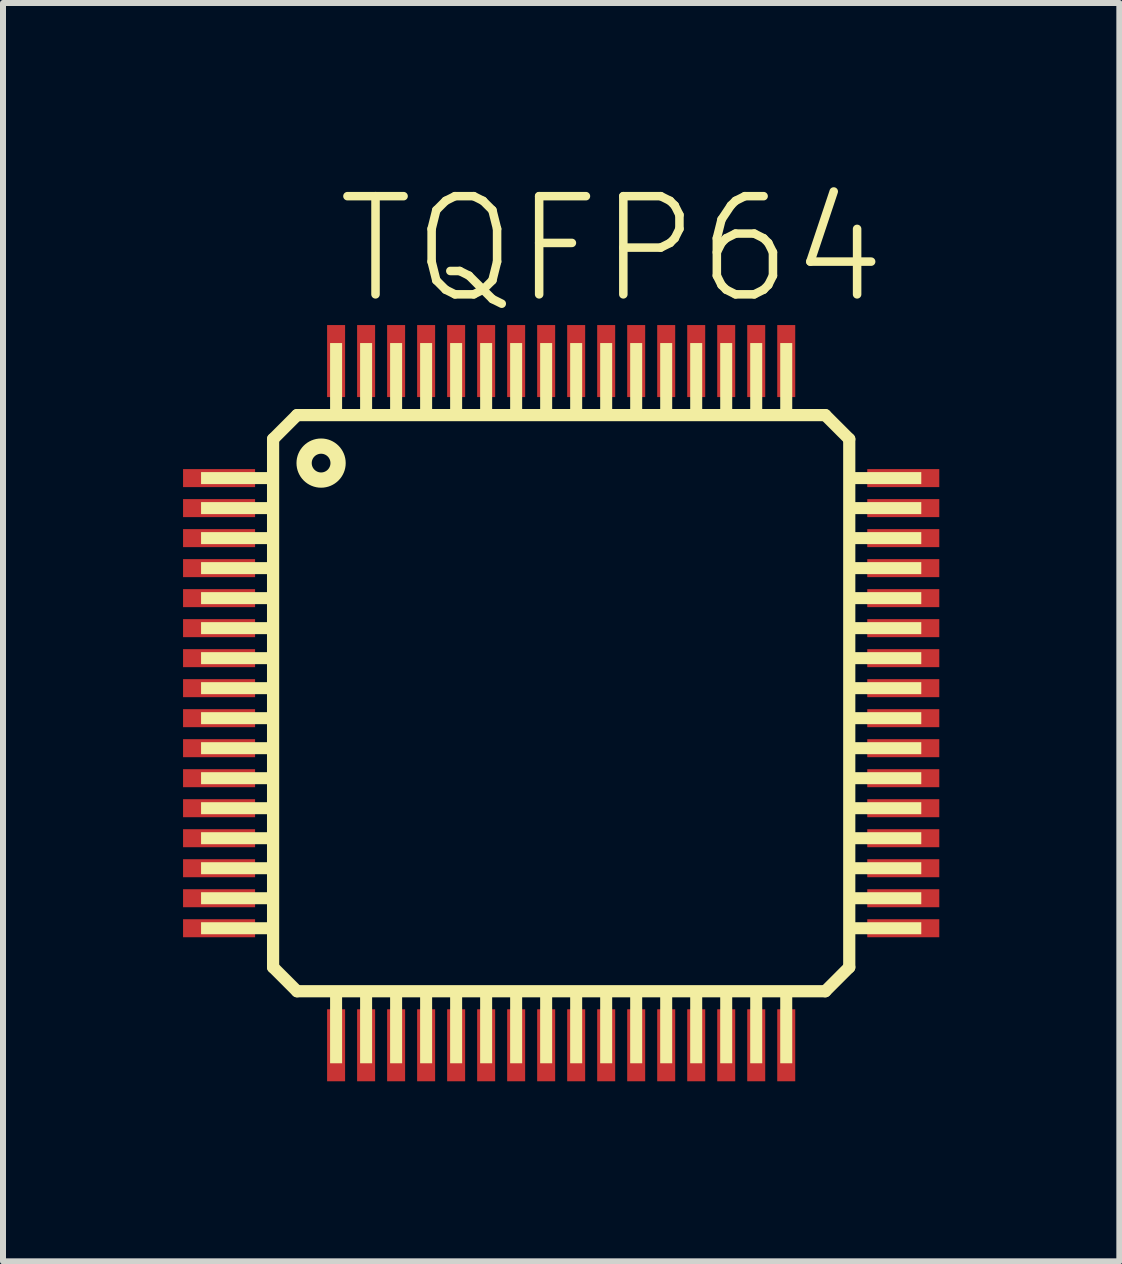
<source format=kicad_pcb>
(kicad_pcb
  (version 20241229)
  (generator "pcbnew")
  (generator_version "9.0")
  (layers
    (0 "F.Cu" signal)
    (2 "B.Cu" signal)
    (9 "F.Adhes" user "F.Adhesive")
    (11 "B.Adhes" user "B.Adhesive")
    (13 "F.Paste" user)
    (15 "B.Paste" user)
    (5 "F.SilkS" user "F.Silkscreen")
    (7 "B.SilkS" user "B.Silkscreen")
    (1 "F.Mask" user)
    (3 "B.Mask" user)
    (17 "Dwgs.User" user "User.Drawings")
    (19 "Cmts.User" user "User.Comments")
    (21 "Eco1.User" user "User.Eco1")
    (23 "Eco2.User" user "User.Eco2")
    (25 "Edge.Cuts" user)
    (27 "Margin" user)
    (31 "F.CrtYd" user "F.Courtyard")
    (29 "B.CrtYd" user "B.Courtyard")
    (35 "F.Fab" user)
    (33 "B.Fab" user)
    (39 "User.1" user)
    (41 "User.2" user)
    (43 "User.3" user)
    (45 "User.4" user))
  (footprint "TQFP64"
    (layer "F.Cu")
    (at 6.3 8.666)
    (property "Reference" "TQFP64" (at -3.81 -6.604 0) (layer "F.SilkS") (effects (font (size 1.636 1.636) (thickness 0.142)) (justify left bottom)))
    (fp_line (start -4.8 -4.4) (end -4.4 -4.8) (stroke (width 0.203) (type solid)) (layer "F.SilkS"))
    (fp_line (start -4.8 4.4) (end -4.8 -4.4) (stroke (width 0.203) (type solid)) (layer "F.SilkS"))
    (fp_line (start -4.4 -4.8) (end 4.4 -4.8) (stroke (width 0.203) (type solid)) (layer "F.SilkS"))
    (fp_line (start -4.4 4.8) (end -4.8 4.4) (stroke (width 0.203) (type solid)) (layer "F.SilkS"))
    (fp_line (start 4.4 -4.8) (end 4.8 -4.4) (stroke (width 0.203) (type solid)) (layer "F.SilkS"))
    (fp_line (start 4.4 4.8) (end -4.4 4.8) (stroke (width 0.203) (type solid)) (layer "F.SilkS"))
    (fp_line (start 4.8 -4.4) (end 4.8 4.4) (stroke (width 0.203) (type solid)) (layer "F.SilkS"))
    (fp_line (start 4.8 4.4) (end 4.4 4.8) (stroke (width 0.203) (type solid)) (layer "F.SilkS"))
    (fp_circle (center -4 -4) (end -3.717 -4) (stroke (width 0.254) (type solid)) (fill no) (layer "F.SilkS"))
    (fp_poly (pts (xy -6 -3.65) (xy -4.8 -3.65) (xy -4.8 -3.85) (xy -6 -3.85)) (stroke (width 0) (type default)) (fill yes) (layer "F.SilkS"))
    (fp_poly (pts (xy -6 -3.15) (xy -4.8 -3.15) (xy -4.8 -3.35) (xy -6 -3.35)) (stroke (width 0) (type default)) (fill yes) (layer "F.SilkS"))
    (fp_poly (pts (xy -6 -2.65) (xy -4.8 -2.65) (xy -4.8 -2.85) (xy -6 -2.85)) (stroke (width 0) (type default)) (fill yes) (layer "F.SilkS"))
    (fp_poly (pts (xy -6 -2.15) (xy -4.8 -2.15) (xy -4.8 -2.35) (xy -6 -2.35)) (stroke (width 0) (type default)) (fill yes) (layer "F.SilkS"))
    (fp_poly (pts (xy -6 -1.65) (xy -4.8 -1.65) (xy -4.8 -1.85) (xy -6 -1.85)) (stroke (width 0) (type default)) (fill yes) (layer "F.SilkS"))
    (fp_poly (pts (xy -6 -1.15) (xy -4.8 -1.15) (xy -4.8 -1.35) (xy -6 -1.35)) (stroke (width 0) (type default)) (fill yes) (layer "F.SilkS"))
    (fp_poly (pts (xy -6 -0.65) (xy -4.8 -0.65) (xy -4.8 -0.85) (xy -6 -0.85)) (stroke (width 0) (type default)) (fill yes) (layer "F.SilkS"))
    (fp_poly (pts (xy -6 -0.15) (xy -4.8 -0.15) (xy -4.8 -0.35) (xy -6 -0.35)) (stroke (width 0) (type default)) (fill yes) (layer "F.SilkS"))
    (fp_poly (pts (xy -6 0.35) (xy -4.8 0.35) (xy -4.8 0.15) (xy -6 0.15)) (stroke (width 0) (type default)) (fill yes) (layer "F.SilkS"))
    (fp_poly (pts (xy -6 0.85) (xy -4.8 0.85) (xy -4.8 0.65) (xy -6 0.65)) (stroke (width 0) (type default)) (fill yes) (layer "F.SilkS"))
    (fp_poly (pts (xy -6 1.35) (xy -4.8 1.35) (xy -4.8 1.15) (xy -6 1.15)) (stroke (width 0) (type default)) (fill yes) (layer "F.SilkS"))
    (fp_poly (pts (xy -6 1.85) (xy -4.8 1.85) (xy -4.8 1.65) (xy -6 1.65)) (stroke (width 0) (type default)) (fill yes) (layer "F.SilkS"))
    (fp_poly (pts (xy -6 2.35) (xy -4.8 2.35) (xy -4.8 2.15) (xy -6 2.15)) (stroke (width 0) (type default)) (fill yes) (layer "F.SilkS"))
    (fp_poly (pts (xy -6 2.85) (xy -4.8 2.85) (xy -4.8 2.65) (xy -6 2.65)) (stroke (width 0) (type default)) (fill yes) (layer "F.SilkS"))
    (fp_poly (pts (xy -6 3.35) (xy -4.8 3.35) (xy -4.8 3.15) (xy -6 3.15)) (stroke (width 0) (type default)) (fill yes) (layer "F.SilkS"))
    (fp_poly (pts (xy -6 3.85) (xy -4.8 3.85) (xy -4.8 3.65) (xy -6 3.65)) (stroke (width 0) (type default)) (fill yes) (layer "F.SilkS"))
    (fp_poly (pts (xy -3.85 -4.8) (xy -3.65 -4.8) (xy -3.65 -6) (xy -3.85 -6)) (stroke (width 0) (type default)) (fill yes) (layer "F.SilkS"))
    (fp_poly (pts (xy -3.85 6) (xy -3.65 6) (xy -3.65 4.8) (xy -3.85 4.8)) (stroke (width 0) (type default)) (fill yes) (layer "F.SilkS"))
    (fp_poly (pts (xy -3.35 -4.8) (xy -3.15 -4.8) (xy -3.15 -6) (xy -3.35 -6)) (stroke (width 0) (type default)) (fill yes) (layer "F.SilkS"))
    (fp_poly (pts (xy -3.35 6) (xy -3.15 6) (xy -3.15 4.8) (xy -3.35 4.8)) (stroke (width 0) (type default)) (fill yes) (layer "F.SilkS"))
    (fp_poly (pts (xy -2.85 -4.8) (xy -2.65 -4.8) (xy -2.65 -6) (xy -2.85 -6)) (stroke (width 0) (type default)) (fill yes) (layer "F.SilkS"))
    (fp_poly (pts (xy -2.85 6) (xy -2.65 6) (xy -2.65 4.8) (xy -2.85 4.8)) (stroke (width 0) (type default)) (fill yes) (layer "F.SilkS"))
    (fp_poly (pts (xy -2.35 -4.8) (xy -2.15 -4.8) (xy -2.15 -6) (xy -2.35 -6)) (stroke (width 0) (type default)) (fill yes) (layer "F.SilkS"))
    (fp_poly (pts (xy -2.35 6) (xy -2.15 6) (xy -2.15 4.8) (xy -2.35 4.8)) (stroke (width 0) (type default)) (fill yes) (layer "F.SilkS"))
    (fp_poly (pts (xy -1.85 -4.8) (xy -1.65 -4.8) (xy -1.65 -6) (xy -1.85 -6)) (stroke (width 0) (type default)) (fill yes) (layer "F.SilkS"))
    (fp_poly (pts (xy -1.85 6) (xy -1.65 6) (xy -1.65 4.8) (xy -1.85 4.8)) (stroke (width 0) (type default)) (fill yes) (layer "F.SilkS"))
    (fp_poly (pts (xy -1.35 -4.8) (xy -1.15 -4.8) (xy -1.15 -6) (xy -1.35 -6)) (stroke (width 0) (type default)) (fill yes) (layer "F.SilkS"))
    (fp_poly (pts (xy -1.35 6) (xy -1.15 6) (xy -1.15 4.8) (xy -1.35 4.8)) (stroke (width 0) (type default)) (fill yes) (layer "F.SilkS"))
    (fp_poly (pts (xy -0.85 -4.8) (xy -0.65 -4.8) (xy -0.65 -6) (xy -0.85 -6)) (stroke (width 0) (type default)) (fill yes) (layer "F.SilkS"))
    (fp_poly (pts (xy -0.85 6) (xy -0.65 6) (xy -0.65 4.8) (xy -0.85 4.8)) (stroke (width 0) (type default)) (fill yes) (layer "F.SilkS"))
    (fp_poly (pts (xy -0.35 -4.8) (xy -0.15 -4.8) (xy -0.15 -6) (xy -0.35 -6)) (stroke (width 0) (type default)) (fill yes) (layer "F.SilkS"))
    (fp_poly (pts (xy -0.35 6) (xy -0.15 6) (xy -0.15 4.8) (xy -0.35 4.8)) (stroke (width 0) (type default)) (fill yes) (layer "F.SilkS"))
    (fp_poly (pts (xy 0.15 -4.8) (xy 0.35 -4.8) (xy 0.35 -6) (xy 0.15 -6)) (stroke (width 0) (type default)) (fill yes) (layer "F.SilkS"))
    (fp_poly (pts (xy 0.15 6) (xy 0.35 6) (xy 0.35 4.8) (xy 0.15 4.8)) (stroke (width 0) (type default)) (fill yes) (layer "F.SilkS"))
    (fp_poly (pts (xy 0.65 -4.8) (xy 0.85 -4.8) (xy 0.85 -6) (xy 0.65 -6)) (stroke (width 0) (type default)) (fill yes) (layer "F.SilkS"))
    (fp_poly (pts (xy 0.65 6) (xy 0.85 6) (xy 0.85 4.8) (xy 0.65 4.8)) (stroke (width 0) (type default)) (fill yes) (layer "F.SilkS"))
    (fp_poly (pts (xy 1.15 -4.8) (xy 1.35 -4.8) (xy 1.35 -6) (xy 1.15 -6)) (stroke (width 0) (type default)) (fill yes) (layer "F.SilkS"))
    (fp_poly (pts (xy 1.15 6) (xy 1.35 6) (xy 1.35 4.8) (xy 1.15 4.8)) (stroke (width 0) (type default)) (fill yes) (layer "F.SilkS"))
    (fp_poly (pts (xy 1.65 -4.8) (xy 1.85 -4.8) (xy 1.85 -6) (xy 1.65 -6)) (stroke (width 0) (type default)) (fill yes) (layer "F.SilkS"))
    (fp_poly (pts (xy 1.65 6) (xy 1.85 6) (xy 1.85 4.8) (xy 1.65 4.8)) (stroke (width 0) (type default)) (fill yes) (layer "F.SilkS"))
    (fp_poly (pts (xy 2.15 -4.8) (xy 2.35 -4.8) (xy 2.35 -6) (xy 2.15 -6)) (stroke (width 0) (type default)) (fill yes) (layer "F.SilkS"))
    (fp_poly (pts (xy 2.15 6) (xy 2.35 6) (xy 2.35 4.8) (xy 2.15 4.8)) (stroke (width 0) (type default)) (fill yes) (layer "F.SilkS"))
    (fp_poly (pts (xy 2.65 -4.8) (xy 2.85 -4.8) (xy 2.85 -6) (xy 2.65 -6)) (stroke (width 0) (type default)) (fill yes) (layer "F.SilkS"))
    (fp_poly (pts (xy 2.65 6) (xy 2.85 6) (xy 2.85 4.8) (xy 2.65 4.8)) (stroke (width 0) (type default)) (fill yes) (layer "F.SilkS"))
    (fp_poly (pts (xy 3.15 -4.8) (xy 3.35 -4.8) (xy 3.35 -6) (xy 3.15 -6)) (stroke (width 0) (type default)) (fill yes) (layer "F.SilkS"))
    (fp_poly (pts (xy 3.15 6) (xy 3.35 6) (xy 3.35 4.8) (xy 3.15 4.8)) (stroke (width 0) (type default)) (fill yes) (layer "F.SilkS"))
    (fp_poly (pts (xy 3.65 -4.8) (xy 3.85 -4.8) (xy 3.85 -6) (xy 3.65 -6)) (stroke (width 0) (type default)) (fill yes) (layer "F.SilkS"))
    (fp_poly (pts (xy 3.65 6) (xy 3.85 6) (xy 3.85 4.8) (xy 3.65 4.8)) (stroke (width 0) (type default)) (fill yes) (layer "F.SilkS"))
    (fp_poly (pts (xy 4.8 -3.65) (xy 6 -3.65) (xy 6 -3.85) (xy 4.8 -3.85)) (stroke (width 0) (type default)) (fill yes) (layer "F.SilkS"))
    (fp_poly (pts (xy 4.8 -3.15) (xy 6 -3.15) (xy 6 -3.35) (xy 4.8 -3.35)) (stroke (width 0) (type default)) (fill yes) (layer "F.SilkS"))
    (fp_poly (pts (xy 4.8 -2.65) (xy 6 -2.65) (xy 6 -2.85) (xy 4.8 -2.85)) (stroke (width 0) (type default)) (fill yes) (layer "F.SilkS"))
    (fp_poly (pts (xy 4.8 -2.15) (xy 6 -2.15) (xy 6 -2.35) (xy 4.8 -2.35)) (stroke (width 0) (type default)) (fill yes) (layer "F.SilkS"))
    (fp_poly (pts (xy 4.8 -1.65) (xy 6 -1.65) (xy 6 -1.85) (xy 4.8 -1.85)) (stroke (width 0) (type default)) (fill yes) (layer "F.SilkS"))
    (fp_poly (pts (xy 4.8 -1.15) (xy 6 -1.15) (xy 6 -1.35) (xy 4.8 -1.35)) (stroke (width 0) (type default)) (fill yes) (layer "F.SilkS"))
    (fp_poly (pts (xy 4.8 -0.65) (xy 6 -0.65) (xy 6 -0.85) (xy 4.8 -0.85)) (stroke (width 0) (type default)) (fill yes) (layer "F.SilkS"))
    (fp_poly (pts (xy 4.8 -0.15) (xy 6 -0.15) (xy 6 -0.35) (xy 4.8 -0.35)) (stroke (width 0) (type default)) (fill yes) (layer "F.SilkS"))
    (fp_poly (pts (xy 4.8 0.35) (xy 6 0.35) (xy 6 0.15) (xy 4.8 0.15)) (stroke (width 0) (type default)) (fill yes) (layer "F.SilkS"))
    (fp_poly (pts (xy 4.8 0.85) (xy 6 0.85) (xy 6 0.65) (xy 4.8 0.65)) (stroke (width 0) (type default)) (fill yes) (layer "F.SilkS"))
    (fp_poly (pts (xy 4.8 1.35) (xy 6 1.35) (xy 6 1.15) (xy 4.8 1.15)) (stroke (width 0) (type default)) (fill yes) (layer "F.SilkS"))
    (fp_poly (pts (xy 4.8 1.85) (xy 6 1.85) (xy 6 1.65) (xy 4.8 1.65)) (stroke (width 0) (type default)) (fill yes) (layer "F.SilkS"))
    (fp_poly (pts (xy 4.8 2.35) (xy 6 2.35) (xy 6 2.15) (xy 4.8 2.15)) (stroke (width 0) (type default)) (fill yes) (layer "F.SilkS"))
    (fp_poly (pts (xy 4.8 2.85) (xy 6 2.85) (xy 6 2.65) (xy 4.8 2.65)) (stroke (width 0) (type default)) (fill yes) (layer "F.SilkS"))
    (fp_poly (pts (xy 4.8 3.35) (xy 6 3.35) (xy 6 3.15) (xy 4.8 3.15)) (stroke (width 0) (type default)) (fill yes) (layer "F.SilkS"))
    (fp_poly (pts (xy 4.8 3.85) (xy 6 3.85) (xy 6 3.65) (xy 4.8 3.65)) (stroke (width 0) (type default)) (fill yes) (layer "F.SilkS"))
    (pad "1" smd rect (at -5.7 -3.75) (size 1.2 0.3) (layers "F.Cu" "F.Mask" "F.Paste"))
    (pad "2" smd rect (at -5.7 -3.25) (size 1.2 0.3) (layers "F.Cu" "F.Mask" "F.Paste"))
    (pad "3" smd rect (at -5.7 -2.75) (size 1.2 0.3) (layers "F.Cu" "F.Mask" "F.Paste"))
    (pad "4" smd rect (at -5.7 -2.25) (size 1.2 0.3) (layers "F.Cu" "F.Mask" "F.Paste"))
    (pad "5" smd rect (at -5.7 -1.75) (size 1.2 0.3) (layers "F.Cu" "F.Mask" "F.Paste"))
    (pad "6" smd rect (at -5.7 -1.25) (size 1.2 0.3) (layers "F.Cu" "F.Mask" "F.Paste"))
    (pad "7" smd rect (at -5.7 -0.75) (size 1.2 0.3) (layers "F.Cu" "F.Mask" "F.Paste"))
    (pad "8" smd rect (at -5.7 -0.25) (size 1.2 0.3) (layers "F.Cu" "F.Mask" "F.Paste"))
    (pad "9" smd rect (at -5.7 0.25) (size 1.2 0.3) (layers "F.Cu" "F.Mask" "F.Paste"))
    (pad "10" smd rect (at -5.7 0.75) (size 1.2 0.3) (layers "F.Cu" "F.Mask" "F.Paste"))
    (pad "11" smd rect (at -5.7 1.25) (size 1.2 0.3) (layers "F.Cu" "F.Mask" "F.Paste"))
    (pad "12" smd rect (at -5.7 1.75) (size 1.2 0.3) (layers "F.Cu" "F.Mask" "F.Paste"))
    (pad "13" smd rect (at -5.7 2.25) (size 1.2 0.3) (layers "F.Cu" "F.Mask" "F.Paste"))
    (pad "14" smd rect (at -5.7 2.75) (size 1.2 0.3) (layers "F.Cu" "F.Mask" "F.Paste"))
    (pad "15" smd rect (at -5.7 3.25) (size 1.2 0.3) (layers "F.Cu" "F.Mask" "F.Paste"))
    (pad "16" smd rect (at -5.7 3.75) (size 1.2 0.3) (layers "F.Cu" "F.Mask" "F.Paste"))
    (pad "17" smd rect (at -3.75 5.7) (size 0.3 1.2) (layers "F.Cu" "F.Mask" "F.Paste"))
    (pad "18" smd rect (at -3.25 5.7) (size 0.3 1.2) (layers "F.Cu" "F.Mask" "F.Paste"))
    (pad "19" smd rect (at -2.75 5.7) (size 0.3 1.2) (layers "F.Cu" "F.Mask" "F.Paste"))
    (pad "20" smd rect (at -2.25 5.7) (size 0.3 1.2) (layers "F.Cu" "F.Mask" "F.Paste"))
    (pad "21" smd rect (at -1.75 5.7) (size 0.3 1.2) (layers "F.Cu" "F.Mask" "F.Paste"))
    (pad "22" smd rect (at -1.25 5.7) (size 0.3 1.2) (layers "F.Cu" "F.Mask" "F.Paste"))
    (pad "23" smd rect (at -0.75 5.7) (size 0.3 1.2) (layers "F.Cu" "F.Mask" "F.Paste"))
    (pad "24" smd rect (at -0.25 5.7) (size 0.3 1.2) (layers "F.Cu" "F.Mask" "F.Paste"))
    (pad "25" smd rect (at 0.25 5.7) (size 0.3 1.2) (layers "F.Cu" "F.Mask" "F.Paste"))
    (pad "26" smd rect (at 0.75 5.7) (size 0.3 1.2) (layers "F.Cu" "F.Mask" "F.Paste"))
    (pad "27" smd rect (at 1.25 5.7) (size 0.3 1.2) (layers "F.Cu" "F.Mask" "F.Paste"))
    (pad "28" smd rect (at 1.75 5.7) (size 0.3 1.2) (layers "F.Cu" "F.Mask" "F.Paste"))
    (pad "29" smd rect (at 2.25 5.7) (size 0.3 1.2) (layers "F.Cu" "F.Mask" "F.Paste"))
    (pad "30" smd rect (at 2.75 5.7) (size 0.3 1.2) (layers "F.Cu" "F.Mask" "F.Paste"))
    (pad "31" smd rect (at 3.25 5.7) (size 0.3 1.2) (layers "F.Cu" "F.Mask" "F.Paste"))
    (pad "32" smd rect (at 3.75 5.7) (size 0.3 1.2) (layers "F.Cu" "F.Mask" "F.Paste"))
    (pad "33" smd rect (at 5.7 3.75) (size 1.2 0.3) (layers "F.Cu" "F.Mask" "F.Paste"))
    (pad "34" smd rect (at 5.7 3.25) (size 1.2 0.3) (layers "F.Cu" "F.Mask" "F.Paste"))
    (pad "35" smd rect (at 5.7 2.75) (size 1.2 0.3) (layers "F.Cu" "F.Mask" "F.Paste"))
    (pad "36" smd rect (at 5.7 2.25) (size 1.2 0.3) (layers "F.Cu" "F.Mask" "F.Paste"))
    (pad "37" smd rect (at 5.7 1.75) (size 1.2 0.3) (layers "F.Cu" "F.Mask" "F.Paste"))
    (pad "38" smd rect (at 5.7 1.25) (size 1.2 0.3) (layers "F.Cu" "F.Mask" "F.Paste"))
    (pad "39" smd rect (at 5.7 0.75) (size 1.2 0.3) (layers "F.Cu" "F.Mask" "F.Paste"))
    (pad "40" smd rect (at 5.7 0.25) (size 1.2 0.3) (layers "F.Cu" "F.Mask" "F.Paste"))
    (pad "41" smd rect (at 5.7 -0.25) (size 1.2 0.3) (layers "F.Cu" "F.Mask" "F.Paste"))
    (pad "42" smd rect (at 5.7 -0.75) (size 1.2 0.3) (layers "F.Cu" "F.Mask" "F.Paste"))
    (pad "43" smd rect (at 5.7 -1.25) (size 1.2 0.3) (layers "F.Cu" "F.Mask" "F.Paste"))
    (pad "44" smd rect (at 5.7 -1.75) (size 1.2 0.3) (layers "F.Cu" "F.Mask" "F.Paste"))
    (pad "45" smd rect (at 5.7 -2.25) (size 1.2 0.3) (layers "F.Cu" "F.Mask" "F.Paste"))
    (pad "46" smd rect (at 5.7 -2.75) (size 1.2 0.3) (layers "F.Cu" "F.Mask" "F.Paste"))
    (pad "47" smd rect (at 5.7 -3.25) (size 1.2 0.3) (layers "F.Cu" "F.Mask" "F.Paste"))
    (pad "48" smd rect (at 5.7 -3.75) (size 1.2 0.3) (layers "F.Cu" "F.Mask" "F.Paste"))
    (pad "49" smd rect (at 3.75 -5.7) (size 0.3 1.2) (layers "F.Cu" "F.Mask" "F.Paste"))
    (pad "50" smd rect (at 3.25 -5.7) (size 0.3 1.2) (layers "F.Cu" "F.Mask" "F.Paste"))
    (pad "51" smd rect (at 2.75 -5.7) (size 0.3 1.2) (layers "F.Cu" "F.Mask" "F.Paste"))
    (pad "52" smd rect (at 2.25 -5.7) (size 0.3 1.2) (layers "F.Cu" "F.Mask" "F.Paste"))
    (pad "53" smd rect (at 1.75 -5.7) (size 0.3 1.2) (layers "F.Cu" "F.Mask" "F.Paste"))
    (pad "54" smd rect (at 1.25 -5.7) (size 0.3 1.2) (layers "F.Cu" "F.Mask" "F.Paste"))
    (pad "55" smd rect (at 0.75 -5.7) (size 0.3 1.2) (layers "F.Cu" "F.Mask" "F.Paste"))
    (pad "56" smd rect (at 0.25 -5.7) (size 0.3 1.2) (layers "F.Cu" "F.Mask" "F.Paste"))
    (pad "57" smd rect (at -0.25 -5.7) (size 0.3 1.2) (layers "F.Cu" "F.Mask" "F.Paste"))
    (pad "58" smd rect (at -0.75 -5.7) (size 0.3 1.2) (layers "F.Cu" "F.Mask" "F.Paste"))
    (pad "59" smd rect (at -1.25 -5.7) (size 0.3 1.2) (layers "F.Cu" "F.Mask" "F.Paste"))
    (pad "60" smd rect (at -1.75 -5.7) (size 0.3 1.2) (layers "F.Cu" "F.Mask" "F.Paste"))
    (pad "61" smd rect (at -2.25 -5.7) (size 0.3 1.2) (layers "F.Cu" "F.Mask" "F.Paste"))
    (pad "62" smd rect (at -2.75 -5.7) (size 0.3 1.2) (layers "F.Cu" "F.Mask" "F.Paste"))
    (pad "63" smd rect (at -3.25 -5.7) (size 0.3 1.2) (layers "F.Cu" "F.Mask" "F.Paste"))
    (pad "64" smd rect (at -3.75 -5.7) (size 0.3 1.2) (layers "F.Cu" "F.Mask" "F.Paste")))
  (gr_rect
    (start -3 -3)
    (end 15.6 17.966)
    (stroke (width 0.1) (type default))
    (fill no)
    (layer "Edge.Cuts")))
</source>
